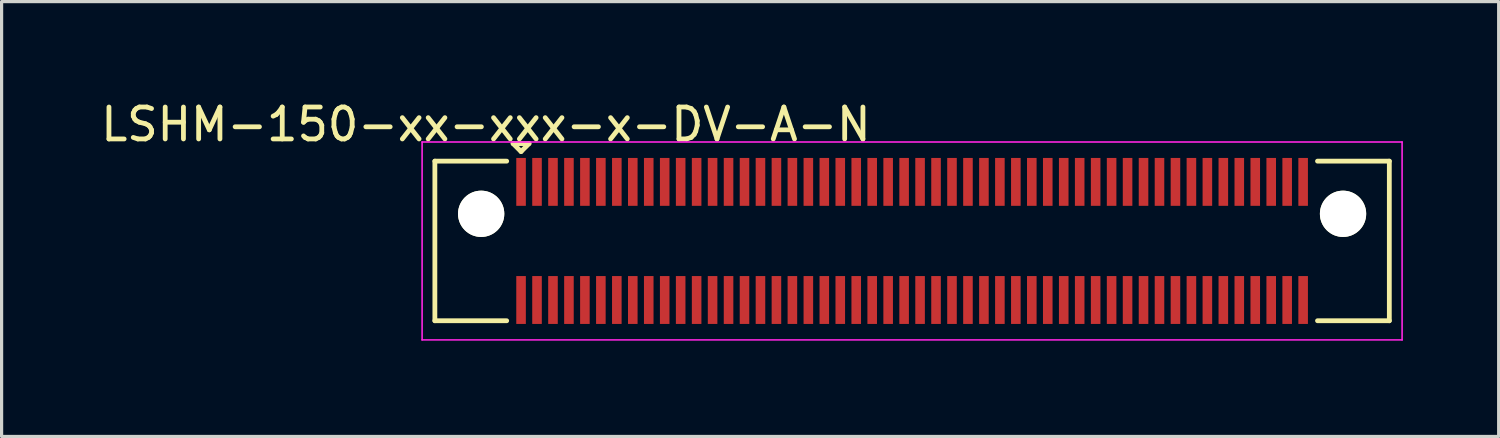
<source format=kicad_pcb>
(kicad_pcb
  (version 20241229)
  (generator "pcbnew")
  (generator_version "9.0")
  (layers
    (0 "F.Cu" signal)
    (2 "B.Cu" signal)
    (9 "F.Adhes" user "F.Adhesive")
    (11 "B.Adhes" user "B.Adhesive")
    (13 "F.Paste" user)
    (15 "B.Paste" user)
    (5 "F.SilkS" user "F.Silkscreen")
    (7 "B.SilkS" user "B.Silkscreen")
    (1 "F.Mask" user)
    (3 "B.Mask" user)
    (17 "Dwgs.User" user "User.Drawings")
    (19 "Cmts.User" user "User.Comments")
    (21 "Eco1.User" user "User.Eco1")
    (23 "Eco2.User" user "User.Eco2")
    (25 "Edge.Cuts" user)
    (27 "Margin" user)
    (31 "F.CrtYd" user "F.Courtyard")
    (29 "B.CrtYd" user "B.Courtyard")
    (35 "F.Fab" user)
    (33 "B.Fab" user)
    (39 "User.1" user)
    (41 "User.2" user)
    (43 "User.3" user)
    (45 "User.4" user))
  (footprint "LSHM-150-xx-xxx-x-DV-A-N"
    (layer "F.Cu")
    (at 25.523 4.498)
    (property "Reference" "LSHM-150-xx-xxx-x-DV-A-N" (at -13.35 -3.65 0) (layer "F.SilkS") (effects (font (size 1 1) (thickness 0.15))))
    (attr smd)
    (fp_line (start -14.95 -2.5) (end -14.95 2.5) (stroke (width 0.15) (type solid)) (layer "F.SilkS"))
    (fp_line (start -14.95 -2.5) (end -12.7 -2.5) (stroke (width 0.15) (type solid)) (layer "F.SilkS"))
    (fp_line (start -14.95 2.5) (end -12.7 2.5) (stroke (width 0.15) (type solid)) (layer "F.SilkS"))
    (fp_line (start -12.5 -3.05) (end -12.25 -2.8) (stroke (width 0.15) (type solid)) (layer "F.SilkS"))
    (fp_line (start -12.25 -2.8) (end -12 -3.05) (stroke (width 0.15) (type solid)) (layer "F.SilkS"))
    (fp_line (start -12 -3.05) (end -12.5 -3.05) (stroke (width 0.15) (type solid)) (layer "F.SilkS"))
    (fp_line (start 14.95 -2.5) (end 12.7 -2.5) (stroke (width 0.15) (type solid)) (layer "F.SilkS"))
    (fp_line (start 14.95 -2.5) (end 14.95 2.5) (stroke (width 0.15) (type solid)) (layer "F.SilkS"))
    (fp_line (start 14.95 2.5) (end 12.7 2.5) (stroke (width 0.15) (type solid)) (layer "F.SilkS"))
    (fp_line (start -15.35 -3.1) (end 15.35 -3.1) (stroke (width 0.05) (type solid)) (layer "F.CrtYd"))
    (fp_line (start -15.35 3.1) (end -15.35 -3.1) (stroke (width 0.05) (type solid)) (layer "F.CrtYd"))
    (fp_line (start -15.35 3.1) (end 15.35 3.1) (stroke (width 0.05) (type solid)) (layer "F.CrtYd"))
    (fp_line (start 15.35 3.1) (end 15.35 -3.1) (stroke (width 0.05) (type solid)) (layer "F.CrtYd"))
    (pad "" np_thru_hole circle (at -13.5 -0.85) (size 1.45 1.45) (drill 1.45) (layers "*.Cu" "*.Mask" "F.SilkS"))
    (pad "" np_thru_hole circle (at 13.5 -0.85) (size 1.45 1.45) (drill 1.45) (layers "*.Cu" "*.Mask" "F.SilkS"))
    (pad "1" smd rect (at -12.25 -1.85) (size 0.3 1.5) (layers "F.Cu" "F.Mask" "F.Paste"))
    (pad "2" smd rect (at -12.25 1.85) (size 0.3 1.5) (layers "F.Cu" "F.Mask" "F.Paste"))
    (pad "3" smd rect (at -11.75 -1.85) (size 0.3 1.5) (layers "F.Cu" "F.Mask" "F.Paste"))
    (pad "4" smd rect (at -11.75 1.85) (size 0.3 1.5) (layers "F.Cu" "F.Mask" "F.Paste"))
    (pad "5" smd rect (at -11.25 -1.85) (size 0.3 1.5) (layers "F.Cu" "F.Mask" "F.Paste"))
    (pad "6" smd rect (at -11.25 1.85) (size 0.3 1.5) (layers "F.Cu" "F.Mask" "F.Paste"))
    (pad "7" smd rect (at -10.75 -1.85) (size 0.3 1.5) (layers "F.Cu" "F.Mask" "F.Paste"))
    (pad "8" smd rect (at -10.75 1.85) (size 0.3 1.5) (layers "F.Cu" "F.Mask" "F.Paste"))
    (pad "9" smd rect (at -10.25 -1.85) (size 0.3 1.5) (layers "F.Cu" "F.Mask" "F.Paste"))
    (pad "10" smd rect (at -10.25 1.85) (size 0.3 1.5) (layers "F.Cu" "F.Mask" "F.Paste"))
    (pad "11" smd rect (at -9.75 -1.85) (size 0.3 1.5) (layers "F.Cu" "F.Mask" "F.Paste"))
    (pad "12" smd rect (at -9.75 1.85) (size 0.3 1.5) (layers "F.Cu" "F.Mask" "F.Paste"))
    (pad "13" smd rect (at -9.25 -1.85) (size 0.3 1.5) (layers "F.Cu" "F.Mask" "F.Paste"))
    (pad "14" smd rect (at -9.25 1.85) (size 0.3 1.5) (layers "F.Cu" "F.Mask" "F.Paste"))
    (pad "15" smd rect (at -8.75 -1.85) (size 0.3 1.5) (layers "F.Cu" "F.Mask" "F.Paste"))
    (pad "16" smd rect (at -8.75 1.85) (size 0.3 1.5) (layers "F.Cu" "F.Mask" "F.Paste"))
    (pad "17" smd rect (at -8.25 -1.85) (size 0.3 1.5) (layers "F.Cu" "F.Mask" "F.Paste"))
    (pad "18" smd rect (at -8.25 1.85) (size 0.3 1.5) (layers "F.Cu" "F.Mask" "F.Paste"))
    (pad "19" smd rect (at -7.75 -1.85) (size 0.3 1.5) (layers "F.Cu" "F.Mask" "F.Paste"))
    (pad "20" smd rect (at -7.75 1.85) (size 0.3 1.5) (layers "F.Cu" "F.Mask" "F.Paste"))
    (pad "21" smd rect (at -7.25 -1.85) (size 0.3 1.5) (layers "F.Cu" "F.Mask" "F.Paste"))
    (pad "22" smd rect (at -7.25 1.85) (size 0.3 1.5) (layers "F.Cu" "F.Mask" "F.Paste"))
    (pad "23" smd rect (at -6.75 -1.85) (size 0.3 1.5) (layers "F.Cu" "F.Mask" "F.Paste"))
    (pad "24" smd rect (at -6.75 1.85) (size 0.3 1.5) (layers "F.Cu" "F.Mask" "F.Paste"))
    (pad "25" smd rect (at -6.25 -1.85) (size 0.3 1.5) (layers "F.Cu" "F.Mask" "F.Paste"))
    (pad "26" smd rect (at -6.25 1.85) (size 0.3 1.5) (layers "F.Cu" "F.Mask" "F.Paste"))
    (pad "27" smd rect (at -5.75 -1.85) (size 0.3 1.5) (layers "F.Cu" "F.Mask" "F.Paste"))
    (pad "28" smd rect (at -5.75 1.85) (size 0.3 1.5) (layers "F.Cu" "F.Mask" "F.Paste"))
    (pad "29" smd rect (at -5.25 -1.85) (size 0.3 1.5) (layers "F.Cu" "F.Mask" "F.Paste"))
    (pad "30" smd rect (at -5.25 1.85) (size 0.3 1.5) (layers "F.Cu" "F.Mask" "F.Paste"))
    (pad "31" smd rect (at -4.75 -1.85) (size 0.3 1.5) (layers "F.Cu" "F.Mask" "F.Paste"))
    (pad "32" smd rect (at -4.75 1.85) (size 0.3 1.5) (layers "F.Cu" "F.Mask" "F.Paste"))
    (pad "33" smd rect (at -4.25 -1.85) (size 0.3 1.5) (layers "F.Cu" "F.Mask" "F.Paste"))
    (pad "34" smd rect (at -4.25 1.85) (size 0.3 1.5) (layers "F.Cu" "F.Mask" "F.Paste"))
    (pad "35" smd rect (at -3.75 -1.85) (size 0.3 1.5) (layers "F.Cu" "F.Mask" "F.Paste"))
    (pad "36" smd rect (at -3.75 1.85) (size 0.3 1.5) (layers "F.Cu" "F.Mask" "F.Paste"))
    (pad "37" smd rect (at -3.25 -1.85) (size 0.3 1.5) (layers "F.Cu" "F.Mask" "F.Paste"))
    (pad "38" smd rect (at -3.25 1.85) (size 0.3 1.5) (layers "F.Cu" "F.Mask" "F.Paste"))
    (pad "39" smd rect (at -2.75 -1.85) (size 0.3 1.5) (layers "F.Cu" "F.Mask" "F.Paste"))
    (pad "40" smd rect (at -2.75 1.85) (size 0.3 1.5) (layers "F.Cu" "F.Mask" "F.Paste"))
    (pad "41" smd rect (at -2.25 -1.85) (size 0.3 1.5) (layers "F.Cu" "F.Mask" "F.Paste"))
    (pad "42" smd rect (at -2.25 1.85) (size 0.3 1.5) (layers "F.Cu" "F.Mask" "F.Paste"))
    (pad "43" smd rect (at -1.75 -1.85) (size 0.3 1.5) (layers "F.Cu" "F.Mask" "F.Paste"))
    (pad "44" smd rect (at -1.75 1.85) (size 0.3 1.5) (layers "F.Cu" "F.Mask" "F.Paste"))
    (pad "45" smd rect (at -1.25 -1.85) (size 0.3 1.5) (layers "F.Cu" "F.Mask" "F.Paste"))
    (pad "46" smd rect (at -1.25 1.85) (size 0.3 1.5) (layers "F.Cu" "F.Mask" "F.Paste"))
    (pad "47" smd rect (at -0.75 -1.85) (size 0.3 1.5) (layers "F.Cu" "F.Mask" "F.Paste"))
    (pad "48" smd rect (at -0.75 1.85) (size 0.3 1.5) (layers "F.Cu" "F.Mask" "F.Paste"))
    (pad "49" smd rect (at -0.25 -1.85) (size 0.3 1.5) (layers "F.Cu" "F.Mask" "F.Paste"))
    (pad "50" smd rect (at -0.25 1.85) (size 0.3 1.5) (layers "F.Cu" "F.Mask" "F.Paste"))
    (pad "51" smd rect (at 0.25 -1.85) (size 0.3 1.5) (layers "F.Cu" "F.Mask" "F.Paste"))
    (pad "52" smd rect (at 0.25 1.85) (size 0.3 1.5) (layers "F.Cu" "F.Mask" "F.Paste"))
    (pad "53" smd rect (at 0.75 -1.85) (size 0.3 1.5) (layers "F.Cu" "F.Mask" "F.Paste"))
    (pad "54" smd rect (at 0.75 1.85) (size 0.3 1.5) (layers "F.Cu" "F.Mask" "F.Paste"))
    (pad "55" smd rect (at 1.25 -1.85) (size 0.3 1.5) (layers "F.Cu" "F.Mask" "F.Paste"))
    (pad "56" smd rect (at 1.25 1.85) (size 0.3 1.5) (layers "F.Cu" "F.Mask" "F.Paste"))
    (pad "57" smd rect (at 1.75 -1.85) (size 0.3 1.5) (layers "F.Cu" "F.Mask" "F.Paste"))
    (pad "58" smd rect (at 1.75 1.85) (size 0.3 1.5) (layers "F.Cu" "F.Mask" "F.Paste"))
    (pad "59" smd rect (at 2.25 -1.85) (size 0.3 1.5) (layers "F.Cu" "F.Mask" "F.Paste"))
    (pad "60" smd rect (at 2.25 1.85) (size 0.3 1.5) (layers "F.Cu" "F.Mask" "F.Paste"))
    (pad "61" smd rect (at 2.75 -1.85) (size 0.3 1.5) (layers "F.Cu" "F.Mask" "F.Paste"))
    (pad "62" smd rect (at 2.75 1.85) (size 0.3 1.5) (layers "F.Cu" "F.Mask" "F.Paste"))
    (pad "63" smd rect (at 3.25 -1.85) (size 0.3 1.5) (layers "F.Cu" "F.Mask" "F.Paste"))
    (pad "64" smd rect (at 3.25 1.85) (size 0.3 1.5) (layers "F.Cu" "F.Mask" "F.Paste"))
    (pad "65" smd rect (at 3.75 -1.85) (size 0.3 1.5) (layers "F.Cu" "F.Mask" "F.Paste"))
    (pad "66" smd rect (at 3.75 1.85) (size 0.3 1.5) (layers "F.Cu" "F.Mask" "F.Paste"))
    (pad "67" smd rect (at 4.25 -1.85) (size 0.3 1.5) (layers "F.Cu" "F.Mask" "F.Paste"))
    (pad "68" smd rect (at 4.25 1.85) (size 0.3 1.5) (layers "F.Cu" "F.Mask" "F.Paste"))
    (pad "69" smd rect (at 4.75 -1.85) (size 0.3 1.5) (layers "F.Cu" "F.Mask" "F.Paste"))
    (pad "70" smd rect (at 4.75 1.85) (size 0.3 1.5) (layers "F.Cu" "F.Mask" "F.Paste"))
    (pad "71" smd rect (at 5.25 -1.85) (size 0.3 1.5) (layers "F.Cu" "F.Mask" "F.Paste"))
    (pad "72" smd rect (at 5.25 1.85) (size 0.3 1.5) (layers "F.Cu" "F.Mask" "F.Paste"))
    (pad "73" smd rect (at 5.75 -1.85) (size 0.3 1.5) (layers "F.Cu" "F.Mask" "F.Paste"))
    (pad "74" smd rect (at 5.75 1.85) (size 0.3 1.5) (layers "F.Cu" "F.Mask" "F.Paste"))
    (pad "75" smd rect (at 6.25 -1.85) (size 0.3 1.5) (layers "F.Cu" "F.Mask" "F.Paste"))
    (pad "76" smd rect (at 6.25 1.85) (size 0.3 1.5) (layers "F.Cu" "F.Mask" "F.Paste"))
    (pad "77" smd rect (at 6.75 -1.85) (size 0.3 1.5) (layers "F.Cu" "F.Mask" "F.Paste"))
    (pad "78" smd rect (at 6.75 1.85) (size 0.3 1.5) (layers "F.Cu" "F.Mask" "F.Paste"))
    (pad "79" smd rect (at 7.25 -1.85) (size 0.3 1.5) (layers "F.Cu" "F.Mask" "F.Paste"))
    (pad "80" smd rect (at 7.25 1.85) (size 0.3 1.5) (layers "F.Cu" "F.Mask" "F.Paste"))
    (pad "81" smd rect (at 7.75 -1.85) (size 0.3 1.5) (layers "F.Cu" "F.Mask" "F.Paste"))
    (pad "82" smd rect (at 7.75 1.85) (size 0.3 1.5) (layers "F.Cu" "F.Mask" "F.Paste"))
    (pad "83" smd rect (at 8.25 -1.85) (size 0.3 1.5) (layers "F.Cu" "F.Mask" "F.Paste"))
    (pad "84" smd rect (at 8.25 1.85) (size 0.3 1.5) (layers "F.Cu" "F.Mask" "F.Paste"))
    (pad "85" smd rect (at 8.75 -1.85) (size 0.3 1.5) (layers "F.Cu" "F.Mask" "F.Paste"))
    (pad "86" smd rect (at 8.75 1.85) (size 0.3 1.5) (layers "F.Cu" "F.Mask" "F.Paste"))
    (pad "87" smd rect (at 9.25 -1.85) (size 0.3 1.5) (layers "F.Cu" "F.Mask" "F.Paste"))
    (pad "88" smd rect (at 9.25 1.85) (size 0.3 1.5) (layers "F.Cu" "F.Mask" "F.Paste"))
    (pad "89" smd rect (at 9.75 -1.85) (size 0.3 1.5) (layers "F.Cu" "F.Mask" "F.Paste"))
    (pad "90" smd rect (at 9.75 1.85) (size 0.3 1.5) (layers "F.Cu" "F.Mask" "F.Paste"))
    (pad "91" smd rect (at 10.25 -1.85) (size 0.3 1.5) (layers "F.Cu" "F.Mask" "F.Paste"))
    (pad "92" smd rect (at 10.25 1.85) (size 0.3 1.5) (layers "F.Cu" "F.Mask" "F.Paste"))
    (pad "93" smd rect (at 10.75 -1.85) (size 0.3 1.5) (layers "F.Cu" "F.Mask" "F.Paste"))
    (pad "94" smd rect (at 10.75 1.85) (size 0.3 1.5) (layers "F.Cu" "F.Mask" "F.Paste"))
    (pad "95" smd rect (at 11.25 -1.85) (size 0.3 1.5) (layers "F.Cu" "F.Mask" "F.Paste"))
    (pad "96" smd rect (at 11.25 1.85) (size 0.3 1.5) (layers "F.Cu" "F.Mask" "F.Paste"))
    (pad "97" smd rect (at 11.75 -1.85) (size 0.3 1.5) (layers "F.Cu" "F.Mask" "F.Paste"))
    (pad "98" smd rect (at 11.75 1.85) (size 0.3 1.5) (layers "F.Cu" "F.Mask" "F.Paste"))
    (pad "99" smd rect (at 12.25 -1.85) (size 0.3 1.5) (layers "F.Cu" "F.Mask" "F.Paste"))
    (pad "100" smd rect (at 12.25 1.85) (size 0.3 1.5) (layers "F.Cu" "F.Mask" "F.Paste")))
  (gr_rect
    (start -3 -3)
    (end 43.898 10.623)
    (stroke (width 0.1) (type default))
    (fill no)
    (layer "Edge.Cuts")))
</source>
